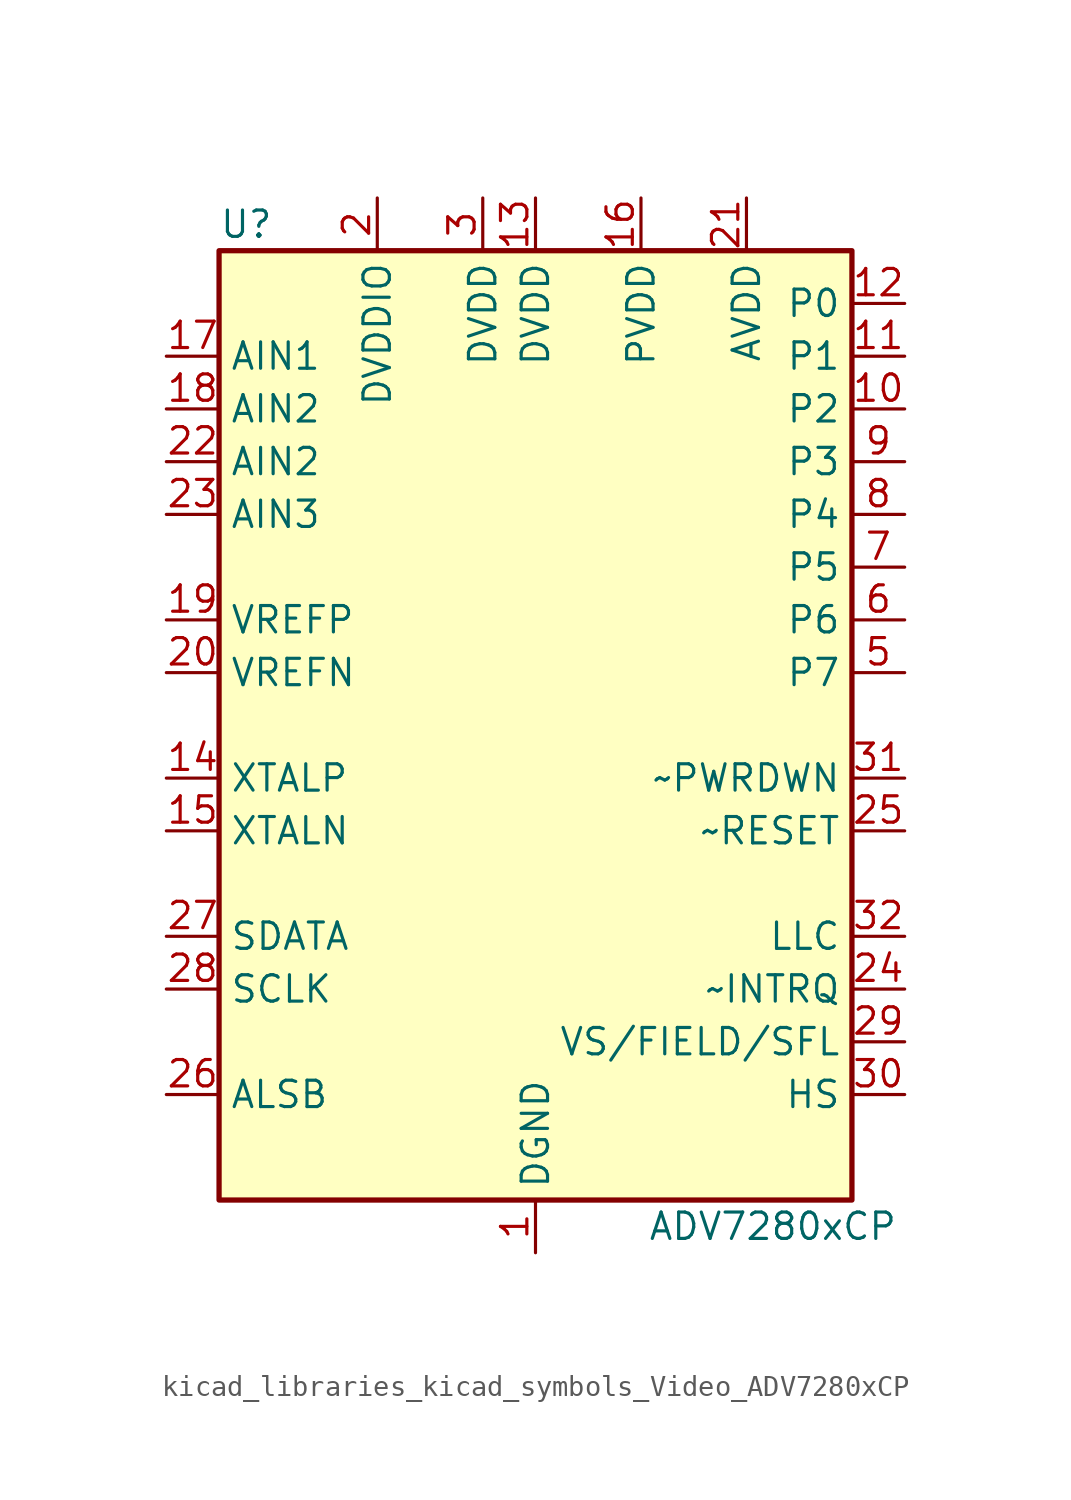
<source format=kicad_sym>
(kicad_symbol_lib
  (version 20220914)
  (generator kicad_symbol_editor)
  (symbol "kicad_libraries_kicad_symbols_Video_ADV7280xCP"
    (property "Reference" "U"
      (at -15.24 24.13 0)
      (effects (font (size 1.27 1.27)) (justify left)))
    (property "Value" "ADV7280xCP"
      (at 11.43 -24.13 0)
      (effects (font (size 1.27 1.27))))
    (symbol "kicad_libraries_kicad_symbols_Video_ADV7280xCP_0_1"
      (rectangle (start -15.24 22.86) (end 15.24 -22.86) (stroke (width 0.254) (type default)) (fill (type background))))
    (symbol "kicad_libraries_kicad_symbols_Video_ADV7280xCP_1_1"
      (pin power_in line (at 0 -25.4 90) (length 2.54) (name "DGND" (effects (font (size 1.27 1.27)))) (number "1" (effects (font (size 1.27 1.27)))))
      (pin output line (at 17.78 15.24 180) (length 2.54) (name "P2" (effects (font (size 1.27 1.27)))) (number "10" (effects (font (size 1.27 1.27)))))
      (pin output line (at 17.78 17.78 180) (length 2.54) (name "P1" (effects (font (size 1.27 1.27)))) (number "11" (effects (font (size 1.27 1.27)))))
      (pin output line (at 17.78 20.32 180) (length 2.54) (name "P0" (effects (font (size 1.27 1.27)))) (number "12" (effects (font (size 1.27 1.27)))))
      (pin power_in line (at 0 25.4 270) (length 2.54) (name "DVDD" (effects (font (size 1.27 1.27)))) (number "13" (effects (font (size 1.27 1.27)))))
      (pin output line (at -17.78 -2.54 0) (length 2.54) (name "XTALP" (effects (font (size 1.27 1.27)))) (number "14" (effects (font (size 1.27 1.27)))))
      (pin input line (at -17.78 -5.08 0) (length 2.54) (name "XTALN" (effects (font (size 1.27 1.27)))) (number "15" (effects (font (size 1.27 1.27)))))
      (pin power_in line (at 5.08 25.4 270) (length 2.54) (name "PVDD" (effects (font (size 1.27 1.27)))) (number "16" (effects (font (size 1.27 1.27)))))
      (pin input line (at -17.78 17.78 0) (length 2.54) (name "AIN1" (effects (font (size 1.27 1.27)))) (number "17" (effects (font (size 1.27 1.27)))))
      (pin input line (at -17.78 15.24 0) (length 2.54) (name "AIN2" (effects (font (size 1.27 1.27)))) (number "18" (effects (font (size 1.27 1.27)))))
      (pin output line (at -17.78 5.08 0) (length 2.54) (name "VREFP" (effects (font (size 1.27 1.27)))) (number "19" (effects (font (size 1.27 1.27)))))
      (pin power_in line (at -7.62 25.4 270) (length 2.54) (name "DVDDIO" (effects (font (size 1.27 1.27)))) (number "2" (effects (font (size 1.27 1.27)))))
      (pin output line (at -17.78 2.54 0) (length 2.54) (name "VREFN" (effects (font (size 1.27 1.27)))) (number "20" (effects (font (size 1.27 1.27)))))
      (pin power_in line (at 10.16 25.4 270) (length 2.54) (name "AVDD" (effects (font (size 1.27 1.27)))) (number "21" (effects (font (size 1.27 1.27)))))
      (pin input line (at -17.78 12.7 0) (length 2.54) (name "AIN2" (effects (font (size 1.27 1.27)))) (number "22" (effects (font (size 1.27 1.27)))))
      (pin input line (at -17.78 10.16 0) (length 2.54) (name "AIN3" (effects (font (size 1.27 1.27)))) (number "23" (effects (font (size 1.27 1.27)))))
      (pin output line (at 17.78 -12.7 180) (length 2.54) (name "~INTRQ" (effects (font (size 1.27 1.27)))) (number "24" (effects (font (size 1.27 1.27)))))
      (pin input line (at 17.78 -5.08 180) (length 2.54) (name "~RESET" (effects (font (size 1.27 1.27)))) (number "25" (effects (font (size 1.27 1.27)))))
      (pin input line (at -17.78 -17.78 0) (length 2.54) (name "ALSB" (effects (font (size 1.27 1.27)))) (number "26" (effects (font (size 1.27 1.27)))))
      (pin bidirectional line (at -17.78 -10.16 0) (length 2.54) (name "SDATA" (effects (font (size 1.27 1.27)))) (number "27" (effects (font (size 1.27 1.27)))))
      (pin input line (at -17.78 -12.7 0) (length 2.54) (name "SCLK" (effects (font (size 1.27 1.27)))) (number "28" (effects (font (size 1.27 1.27)))))
      (pin output line (at 17.78 -15.24 180) (length 2.54) (name "VS/FIELD/SFL" (effects (font (size 1.27 1.27)))) (number "29" (effects (font (size 1.27 1.27)))))
      (pin power_in line (at -2.54 25.4 270) (length 2.54) (name "DVDD" (effects (font (size 1.27 1.27)))) (number "3" (effects (font (size 1.27 1.27)))))
      (pin output line (at 17.78 -17.78 180) (length 2.54) (name "HS" (effects (font (size 1.27 1.27)))) (number "30" (effects (font (size 1.27 1.27)))))
      (pin input line (at 17.78 -2.54 180) (length 2.54) (name "~PWRDWN" (effects (font (size 1.27 1.27)))) (number "31" (effects (font (size 1.27 1.27)))))
      (pin output line (at 17.78 -10.16 180) (length 2.54) (name "LLC" (effects (font (size 1.27 1.27)))) (number "32" (effects (font (size 1.27 1.27)))))
      (pin passive line (at 0 -25.4 90) (length 2.54) hide (name "DGND" (effects (font (size 1.27 1.27)))) (number "33" (effects (font (size 1.27 1.27)))))
      (pin passive line (at 0 -25.4 90) (length 2.54) hide (name "DGND" (effects (font (size 1.27 1.27)))) (number "4" (effects (font (size 1.27 1.27)))))
      (pin output line (at 17.78 2.54 180) (length 2.54) (name "P7" (effects (font (size 1.27 1.27)))) (number "5" (effects (font (size 1.27 1.27)))))
      (pin output line (at 17.78 5.08 180) (length 2.54) (name "P6" (effects (font (size 1.27 1.27)))) (number "6" (effects (font (size 1.27 1.27)))))
      (pin output line (at 17.78 7.62 180) (length 2.54) (name "P5" (effects (font (size 1.27 1.27)))) (number "7" (effects (font (size 1.27 1.27)))))
      (pin output line (at 17.78 10.16 180) (length 2.54) (name "P4" (effects (font (size 1.27 1.27)))) (number "8" (effects (font (size 1.27 1.27)))))
      (pin output line (at 17.78 12.7 180) (length 2.54) (name "P3" (effects (font (size 1.27 1.27)))) (number "9" (effects (font (size 1.27 1.27))))))))
</source>
